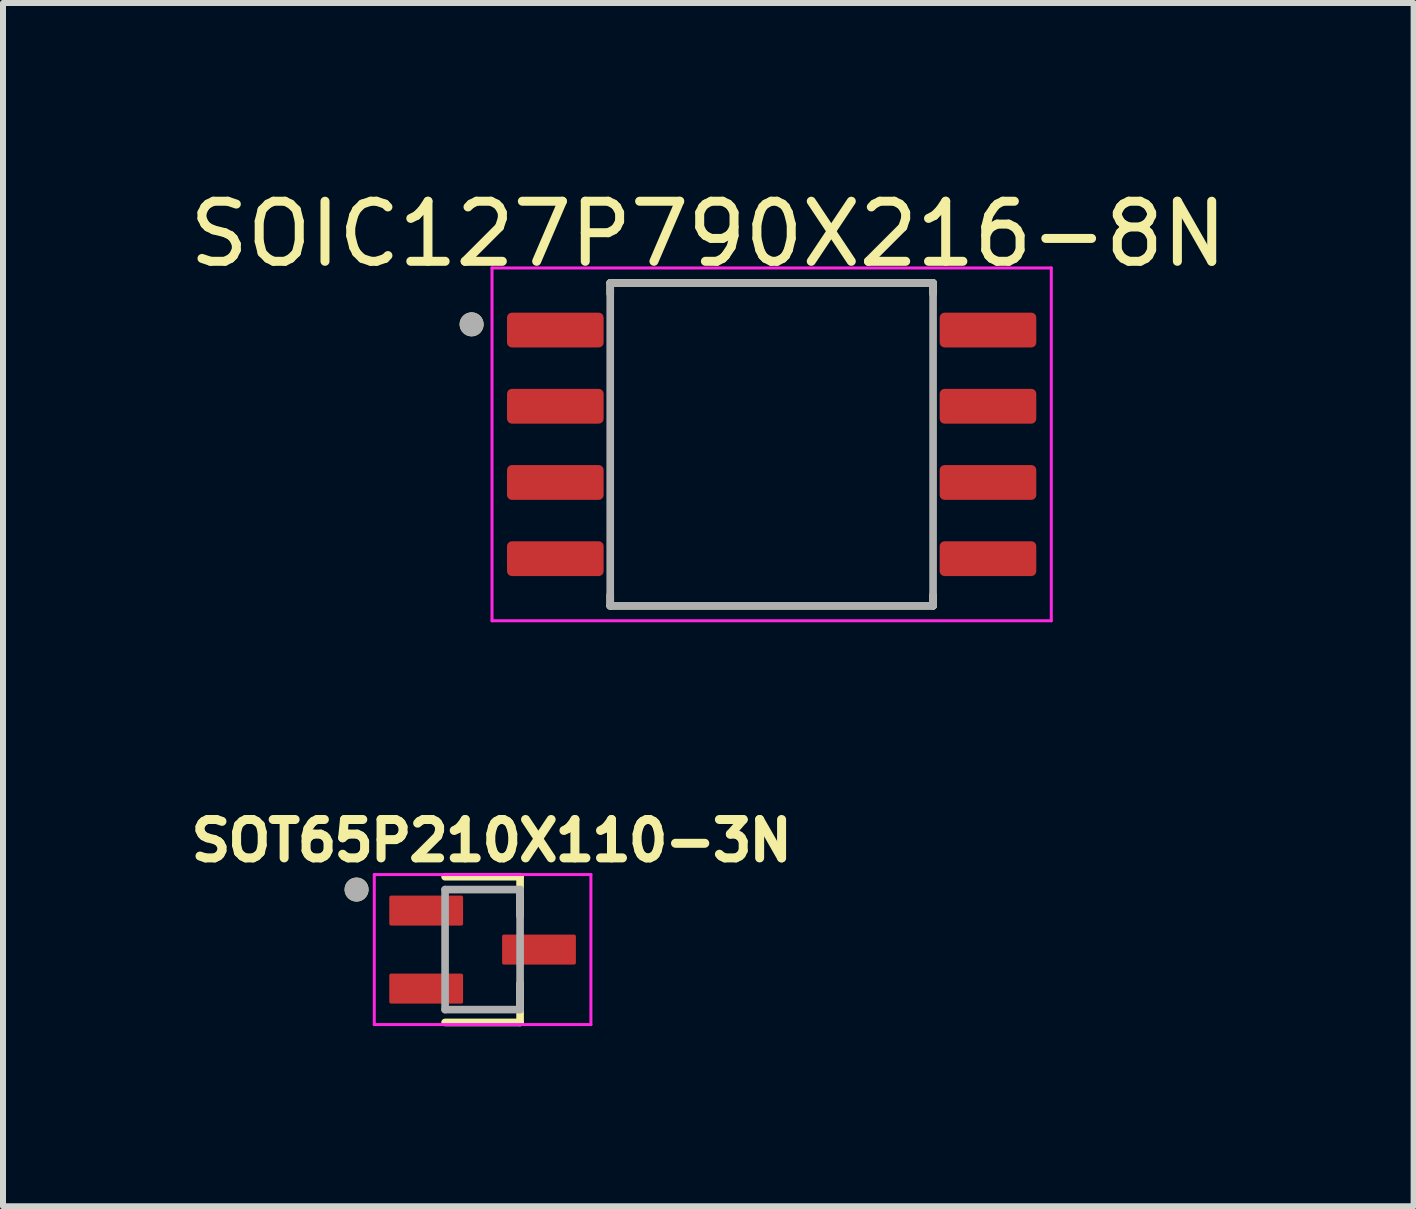
<source format=kicad_pcb>
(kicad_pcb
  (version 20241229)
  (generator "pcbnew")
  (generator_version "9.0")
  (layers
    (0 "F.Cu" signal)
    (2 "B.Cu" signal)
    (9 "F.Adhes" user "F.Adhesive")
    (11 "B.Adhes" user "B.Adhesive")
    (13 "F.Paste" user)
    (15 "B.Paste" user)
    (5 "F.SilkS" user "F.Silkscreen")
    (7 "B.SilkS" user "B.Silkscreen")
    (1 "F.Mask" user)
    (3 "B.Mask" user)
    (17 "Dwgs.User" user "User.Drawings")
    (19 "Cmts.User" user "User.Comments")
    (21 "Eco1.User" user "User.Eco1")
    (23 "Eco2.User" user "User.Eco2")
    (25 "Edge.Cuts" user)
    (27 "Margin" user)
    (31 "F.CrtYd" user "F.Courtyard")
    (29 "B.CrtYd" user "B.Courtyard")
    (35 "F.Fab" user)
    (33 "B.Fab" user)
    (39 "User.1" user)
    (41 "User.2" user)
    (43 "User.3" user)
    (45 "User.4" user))
  (footprint "SOIC127P790X216-8N"
    (layer "F.Cu")
    (at 9.809 4.355)
    (property "Reference" "SOIC127P790X216-8N" (at -1.056 -3.506 0) (layer "F.SilkS") (effects (font (size 1.001 1.001) (thickness 0.15))))
    (attr smd)
    (fp_line (start -2.69 -2.69) (end -2.69 -2.51) (stroke (width 0.127) (type solid)) (layer "F.SilkS"))
    (fp_line (start -2.69 -2.69) (end 2.69 -2.69) (stroke (width 0.127) (type solid)) (layer "F.SilkS"))
    (fp_line (start -2.69 2.51) (end -2.69 2.69) (stroke (width 0.127) (type solid)) (layer "F.SilkS"))
    (fp_line (start -2.69 2.69) (end 2.69 2.69) (stroke (width 0.127) (type solid)) (layer "F.SilkS"))
    (fp_line (start 2.69 -2.69) (end 2.69 -2.51) (stroke (width 0.127) (type solid)) (layer "F.SilkS"))
    (fp_line (start 2.69 2.51) (end 2.69 2.69) (stroke (width 0.127) (type solid)) (layer "F.SilkS"))
    (fp_circle (center -5 -2) (end -4.9 -2) (stroke (width 0.2) (type solid)) (fill no) (layer "F.SilkS"))
    (fp_line (start -4.66 -2.94) (end -4.66 2.94) (stroke (width 0.05) (type solid)) (layer "F.CrtYd"))
    (fp_line (start -4.66 -2.94) (end 4.66 -2.94) (stroke (width 0.05) (type solid)) (layer "F.CrtYd"))
    (fp_line (start -4.66 2.94) (end 4.66 2.94) (stroke (width 0.05) (type solid)) (layer "F.CrtYd"))
    (fp_line (start 4.66 -2.94) (end 4.66 2.94) (stroke (width 0.05) (type solid)) (layer "F.CrtYd"))
    (fp_line (start -2.69 -2.69) (end -2.69 2.69) (stroke (width 0.127) (type solid)) (layer "F.Fab"))
    (fp_line (start -2.69 -2.69) (end 2.69 -2.69) (stroke (width 0.127) (type solid)) (layer "F.Fab"))
    (fp_line (start -2.69 2.69) (end 2.69 2.69) (stroke (width 0.127) (type solid)) (layer "F.Fab"))
    (fp_line (start 2.69 -2.69) (end 2.69 2.69) (stroke (width 0.127) (type solid)) (layer "F.Fab"))
    (fp_circle (center -5 -2) (end -4.9 -2) (stroke (width 0.2) (type solid)) (fill no) (layer "F.Fab"))
    (pad "1" smd roundrect (at -3.605 -1.905) (size 1.61 0.58) (layers "F.Cu" "F.Mask" "F.Paste") (roundrect_rratio 0.14))
    (pad "2" smd roundrect (at -3.605 -0.635) (size 1.61 0.58) (layers "F.Cu" "F.Mask" "F.Paste") (roundrect_rratio 0.14))
    (pad "3" smd roundrect (at -3.605 0.635) (size 1.61 0.58) (layers "F.Cu" "F.Mask" "F.Paste") (roundrect_rratio 0.14))
    (pad "4" smd roundrect (at -3.605 1.905) (size 1.61 0.58) (layers "F.Cu" "F.Mask" "F.Paste") (roundrect_rratio 0.14))
    (pad "5" smd roundrect (at 3.605 1.905) (size 1.61 0.58) (layers "F.Cu" "F.Mask" "F.Paste") (roundrect_rratio 0.14))
    (pad "6" smd roundrect (at 3.605 0.635) (size 1.61 0.58) (layers "F.Cu" "F.Mask" "F.Paste") (roundrect_rratio 0.14))
    (pad "7" smd roundrect (at 3.605 -0.635) (size 1.61 0.58) (layers "F.Cu" "F.Mask" "F.Paste") (roundrect_rratio 0.14))
    (pad "8" smd roundrect (at 3.605 -1.905) (size 1.61 0.58) (layers "F.Cu" "F.Mask" "F.Paste") (roundrect_rratio 0.14)))
  (footprint "SOT65P210X110-3N"
    (layer "F.Cu")
    (at 4.992 12.774)
    (property "Reference" "SOT65P210X110-3N" (at 0.152 -1.816 0) (layer "F.SilkS") (effects (font (size 0.64 0.64) (thickness 0.15))))
    (attr smd)
    (fp_line (start -0.625 -1.214) (end 0.625 -1.214) (stroke (width 0.127) (type solid)) (layer "F.SilkS"))
    (fp_line (start -0.625 1.214) (end 0.625 1.214) (stroke (width 0.127) (type solid)) (layer "F.SilkS"))
    (fp_line (start 0.625 -1.214) (end 0.625 -0.564) (stroke (width 0.127) (type solid)) (layer "F.SilkS"))
    (fp_line (start 0.625 1.214) (end 0.625 0.564) (stroke (width 0.127) (type solid)) (layer "F.SilkS"))
    (fp_circle (center -2.1 -1) (end -2 -1) (stroke (width 0.2) (type solid)) (fill no) (layer "F.SilkS"))
    (fp_line (start -1.805 -1.25) (end 1.805 -1.25) (stroke (width 0.05) (type solid)) (layer "F.CrtYd"))
    (fp_line (start -1.805 1.25) (end -1.805 -1.25) (stroke (width 0.05) (type solid)) (layer "F.CrtYd"))
    (fp_line (start 1.805 1.25) (end -1.805 1.25) (stroke (width 0.05) (type solid)) (layer "F.CrtYd"))
    (fp_line (start 1.805 1.25) (end 1.805 -1.25) (stroke (width 0.05) (type solid)) (layer "F.CrtYd"))
    (fp_line (start -0.625 -1) (end 0.625 -1) (stroke (width 0.127) (type solid)) (layer "F.Fab"))
    (fp_line (start -0.625 1) (end -0.625 -1) (stroke (width 0.127) (type solid)) (layer "F.Fab"))
    (fp_line (start 0.625 -1) (end 0.625 1) (stroke (width 0.127) (type solid)) (layer "F.Fab"))
    (fp_line (start 0.625 1) (end -0.625 1) (stroke (width 0.127) (type solid)) (layer "F.Fab"))
    (fp_circle (center -2.1 -1) (end -2 -1) (stroke (width 0.2) (type solid)) (fill no) (layer "F.Fab"))
    (pad "1" smd roundrect (at -0.94 -0.65) (size 1.23 0.5) (layers "F.Cu" "F.Mask" "F.Paste") (roundrect_rratio 0.06))
    (pad "2" smd roundrect (at -0.94 0.65) (size 1.23 0.5) (layers "F.Cu" "F.Mask" "F.Paste") (roundrect_rratio 0.06))
    (pad "3" smd roundrect (at 0.94 0) (size 1.23 0.5) (layers "F.Cu" "F.Mask" "F.Paste") (roundrect_rratio 0.06)))
  (gr_rect
    (start -3 -3)
    (end 20.507 17.051)
    (stroke (width 0.1) (type default))
    (fill no)
    (layer "Edge.Cuts")))
</source>
